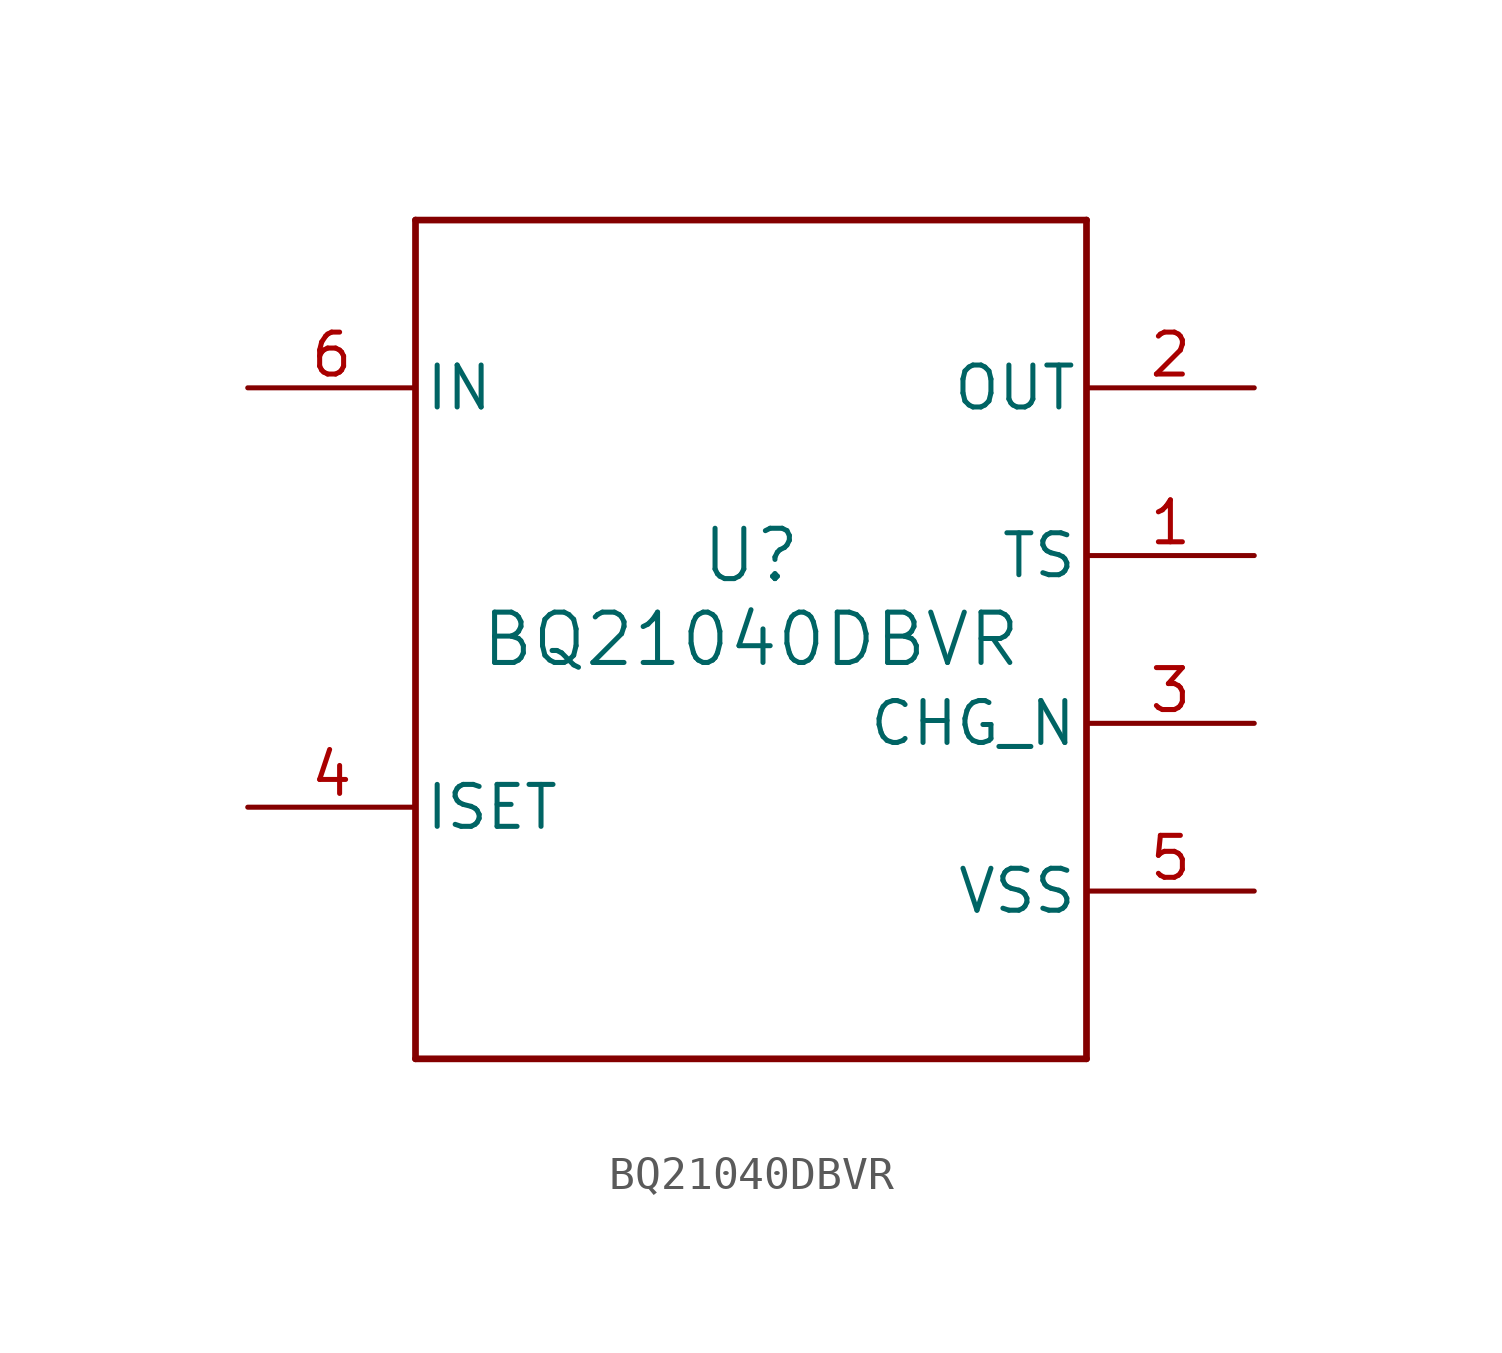
<source format=kicad_sym>
(kicad_symbol_lib
  (version 20211014)
  (generator kicad_symbol_editor)
  (symbol "BQ21040DBVR"
    (pin_names
      (offset 0.254))
    (property "Reference" "U"
      (at 0 2.54 0)
      (effects (font (size 1.524 1.524))))
    (property "Value" "BQ21040DBVR"
      (at 0 0 0)
      (effects (font (size 1.524 1.524))))
    (symbol "BQ21040DBVR_0_1"
      (polyline (pts (xy -10.16 -12.7) (xy 10.16 -12.7)) (stroke (width 0.203) (type default) (color 0 0 0 0)) (fill (type none)))
      (polyline (pts (xy 10.16 -12.7) (xy 10.16 12.7)) (stroke (width 0.203) (type default) (color 0 0 0 0)) (fill (type none)))
      (polyline (pts (xy 10.16 12.7) (xy -10.16 12.7)) (stroke (width 0.203) (type default) (color 0 0 0 0)) (fill (type none)))
      (polyline (pts (xy -10.16 12.7) (xy -10.16 -12.7)) (stroke (width 0.203) (type default) (color 0 0 0 0)) (fill (type none)))
      (pin input line (at 15.24 2.54 180) (length 5.08) (name "TS" (effects (font (size 1.27 1.27)))) (number "1" (effects (font (size 1.27 1.27)))))
      (pin power_in line (at 15.24 7.62 180) (length 5.08) (name "OUT" (effects (font (size 1.27 1.27)))) (number "2" (effects (font (size 1.27 1.27)))))
      (pin open_collector line (at 15.24 -2.54 180) (length 5.08) (name "CHG_N" (effects (font (size 1.27 1.27)))) (number "3" (effects (font (size 1.27 1.27)))))
      (pin input line (at -15.24 -5.08 0) (length 5.08) (name "ISET" (effects (font (size 1.27 1.27)))) (number "4" (effects (font (size 1.27 1.27)))))
      (pin power_in line (at 15.24 -7.62 180) (length 5.08) (name "VSS" (effects (font (size 1.27 1.27)))) (number "5" (effects (font (size 1.27 1.27)))))
      (pin power_in line (at -15.24 7.62 0) (length 5.08) (name "IN" (effects (font (size 1.27 1.27)))) (number "6" (effects (font (size 1.27 1.27))))))))
</source>
